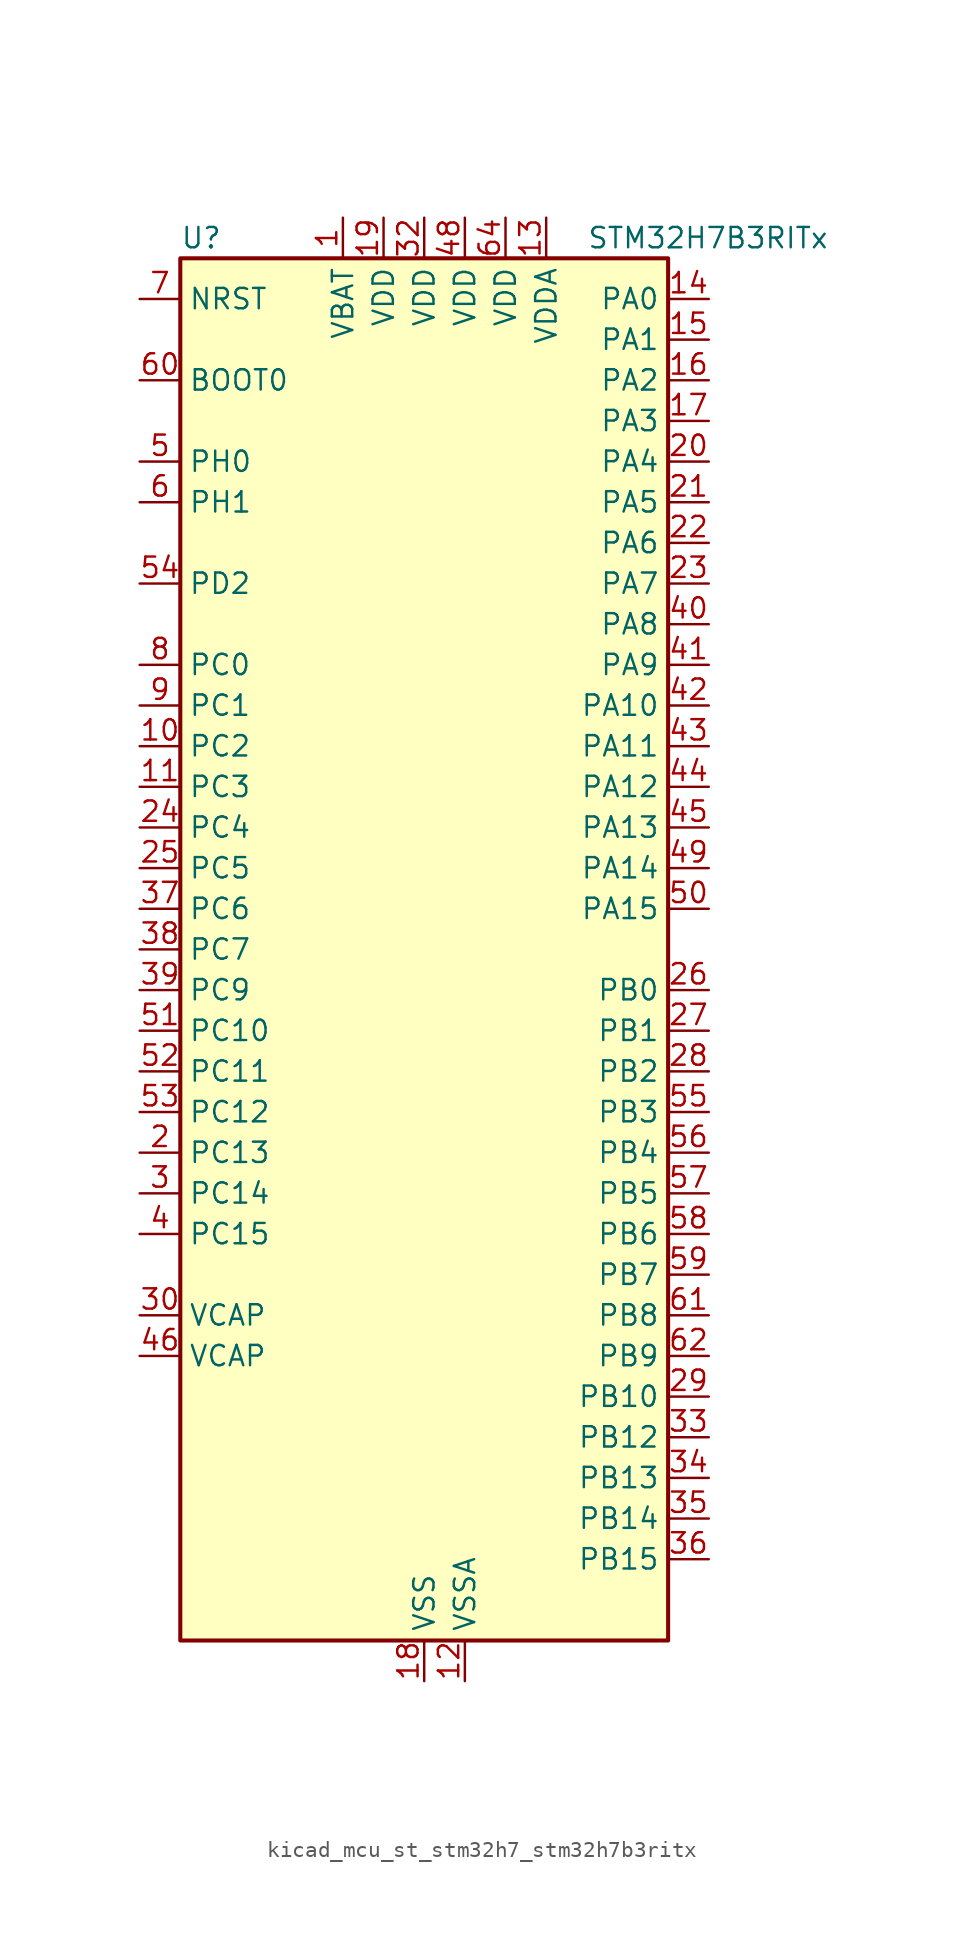
<source format=kicad_sym>
(kicad_symbol_lib
  (version 20220914)
  (generator kicad_symbol_editor)
  (symbol "kicad_mcu_st_stm32h7_stm32h7b3ritx"
    (property "Reference" "U"
      (at -15.24 44.45 0)
      (effects (font (size 1.27 1.27)) (justify left)))
    (property "Value" "STM32H7B3RITx"
      (at 10.16 44.45 0)
      (effects (font (size 1.27 1.27)) (justify left)))
    (property "ki_locked" ""
      (at 0 0 0)
      (effects (font (size 1.27 1.27))))
    (symbol "kicad_mcu_st_stm32h7_stm32h7b3ritx_0_1"
      (rectangle (start -15.24 -43.18) (end 15.24 43.18) (stroke (width 0.254) (type default)) (fill (type background))))
    (symbol "kicad_mcu_st_stm32h7_stm32h7b3ritx_1_1"
      (pin power_in line (at -5.08 45.72 270) (length 2.54) (name "VBAT" (effects (font (size 1.27 1.27)))) (number "1" (effects (font (size 1.27 1.27)))))
      (pin bidirectional line (at -17.78 12.7 0) (length 2.54) (name "PC2" (effects (font (size 1.27 1.27)))) (number "10" (effects (font (size 1.27 1.27)))) (alternate "ADC1_INN11" bidirectional line) (alternate "ADC1_INP12" bidirectional line) (alternate "ADC2_INN11" bidirectional line) (alternate "ADC2_INP12" bidirectional line) (alternate "DFSDM1_CKIN1" bidirectional line) (alternate "DFSDM1_CKOUT" bidirectional line) (alternate "I2S2_SDI" bidirectional line) (alternate "OCTOSPIM_P1_IO2" bidirectional line) (alternate "OCTOSPIM_P1_IO5" bidirectional line) (alternate "PWR_CSTOP" bidirectional line) (alternate "SPI2_MISO" bidirectional line) (alternate "USB_OTG_HS_ULPI_DIR" bidirectional line))
      (pin bidirectional line (at -17.78 10.16 0) (length 2.54) (name "PC3" (effects (font (size 1.27 1.27)))) (number "11" (effects (font (size 1.27 1.27)))) (alternate "ADC1_INN12" bidirectional line) (alternate "ADC1_INP13" bidirectional line) (alternate "ADC2_INN12" bidirectional line) (alternate "ADC2_INP13" bidirectional line) (alternate "DFSDM1_DATIN1" bidirectional line) (alternate "I2S2_SDO" bidirectional line) (alternate "OCTOSPIM_P1_IO0" bidirectional line) (alternate "OCTOSPIM_P1_IO6" bidirectional line) (alternate "PWR_CSLEEP" bidirectional line) (alternate "SPI2_MOSI" bidirectional line) (alternate "USB_OTG_HS_ULPI_NXT" bidirectional line))
      (pin power_in line (at 2.54 -45.72 90) (length 2.54) (name "VSSA" (effects (font (size 1.27 1.27)))) (number "12" (effects (font (size 1.27 1.27)))))
      (pin power_in line (at 7.62 45.72 270) (length 2.54) (name "VDDA" (effects (font (size 1.27 1.27)))) (number "13" (effects (font (size 1.27 1.27)))))
      (pin bidirectional line (at 17.78 40.64 180) (length 2.54) (name "PA0" (effects (font (size 1.27 1.27)))) (number "14" (effects (font (size 1.27 1.27)))) (alternate "ADC1_INP16" bidirectional line) (alternate "I2S6_WS" bidirectional line) (alternate "PWR_WKUP1" bidirectional line) (alternate "SAI2_SD_B" bidirectional line) (alternate "SDMMC2_CMD" bidirectional line) (alternate "SPI6_NSS" bidirectional line) (alternate "TIM15_BKIN" bidirectional line) (alternate "TIM2_CH1" bidirectional line) (alternate "TIM2_ETR" bidirectional line) (alternate "TIM5_CH1" bidirectional line) (alternate "TIM8_ETR" bidirectional line) (alternate "UART4_TX" bidirectional line) (alternate "USART2_CTS" bidirectional line) (alternate "USART2_NSS" bidirectional line))
      (pin bidirectional line (at 17.78 38.1 180) (length 2.54) (name "PA1" (effects (font (size 1.27 1.27)))) (number "15" (effects (font (size 1.27 1.27)))) (alternate "ADC1_INN16" bidirectional line) (alternate "ADC1_INP17" bidirectional line) (alternate "LPTIM3_OUT" bidirectional line) (alternate "LTDC_R2" bidirectional line) (alternate "OCTOSPIM_P1_DQS" bidirectional line) (alternate "OCTOSPIM_P1_IO3" bidirectional line) (alternate "SAI2_MCLK_B" bidirectional line) (alternate "TIM15_CH1N" bidirectional line) (alternate "TIM2_CH2" bidirectional line) (alternate "TIM5_CH2" bidirectional line) (alternate "UART4_RX" bidirectional line) (alternate "USART2_DE" bidirectional line) (alternate "USART2_RTS" bidirectional line))
      (pin bidirectional line (at 17.78 35.56 180) (length 2.54) (name "PA2" (effects (font (size 1.27 1.27)))) (number "16" (effects (font (size 1.27 1.27)))) (alternate "ADC1_INP14" bidirectional line) (alternate "DFSDM2_CKIN1" bidirectional line) (alternate "LTDC_R1" bidirectional line) (alternate "MDIOS_MDIO" bidirectional line) (alternate "PWR_WKUP2" bidirectional line) (alternate "SAI2_SCK_B" bidirectional line) (alternate "TIM15_CH1" bidirectional line) (alternate "TIM2_CH3" bidirectional line) (alternate "TIM5_CH3" bidirectional line) (alternate "USART2_TX" bidirectional line))
      (pin bidirectional line (at 17.78 33.02 180) (length 2.54) (name "PA3" (effects (font (size 1.27 1.27)))) (number "17" (effects (font (size 1.27 1.27)))) (alternate "ADC1_INP15" bidirectional line) (alternate "I2S6_MCK" bidirectional line) (alternate "LTDC_B2" bidirectional line) (alternate "LTDC_B5" bidirectional line) (alternate "OCTOSPIM_P1_CLK" bidirectional line) (alternate "TIM15_CH2" bidirectional line) (alternate "TIM2_CH4" bidirectional line) (alternate "TIM5_CH4" bidirectional line) (alternate "USART2_RX" bidirectional line) (alternate "USB_OTG_HS_ULPI_D0" bidirectional line))
      (pin power_in line (at 0 -45.72 90) (length 2.54) (name "VSS" (effects (font (size 1.27 1.27)))) (number "18" (effects (font (size 1.27 1.27)))))
      (pin power_in line (at -2.54 45.72 270) (length 2.54) (name "VDD" (effects (font (size 1.27 1.27)))) (number "19" (effects (font (size 1.27 1.27)))))
      (pin bidirectional line (at -17.78 -12.7 0) (length 2.54) (name "PC13" (effects (font (size 1.27 1.27)))) (number "2" (effects (font (size 1.27 1.27)))) (alternate "PWR_WKUP4" bidirectional line) (alternate "RTC_OUT_ALARM" bidirectional line) (alternate "RTC_OUT_CALIB" bidirectional line) (alternate "RTC_TAMP1" bidirectional line) (alternate "RTC_TS" bidirectional line))
      (pin bidirectional line (at 17.78 30.48 180) (length 2.54) (name "PA4" (effects (font (size 1.27 1.27)))) (number "20" (effects (font (size 1.27 1.27)))) (alternate "ADC1_INP18" bidirectional line) (alternate "DAC1_OUT1" bidirectional line) (alternate "DCMI_HSYNC" bidirectional line) (alternate "I2S1_WS" bidirectional line) (alternate "I2S3_WS" bidirectional line) (alternate "I2S6_WS" bidirectional line) (alternate "LTDC_VSYNC" bidirectional line) (alternate "PSSI_DE" bidirectional line) (alternate "SPI1_NSS" bidirectional line) (alternate "SPI3_NSS" bidirectional line) (alternate "SPI6_NSS" bidirectional line) (alternate "TIM5_ETR" bidirectional line) (alternate "USART2_CK" bidirectional line))
      (pin bidirectional line (at 17.78 27.94 180) (length 2.54) (name "PA5" (effects (font (size 1.27 1.27)))) (number "21" (effects (font (size 1.27 1.27)))) (alternate "ADC1_INN18" bidirectional line) (alternate "ADC1_INP19" bidirectional line) (alternate "DAC1_OUT2" bidirectional line) (alternate "I2S1_CK" bidirectional line) (alternate "I2S6_CK" bidirectional line) (alternate "LTDC_R4" bidirectional line) (alternate "PSSI_D14" bidirectional line) (alternate "PWR_NDSTOP2" bidirectional line) (alternate "SPI1_SCK" bidirectional line) (alternate "SPI6_SCK" bidirectional line) (alternate "TIM2_CH1" bidirectional line) (alternate "TIM2_ETR" bidirectional line) (alternate "TIM8_CH1N" bidirectional line) (alternate "USB_OTG_HS_ULPI_CK" bidirectional line))
      (pin bidirectional line (at 17.78 25.4 180) (length 2.54) (name "PA6" (effects (font (size 1.27 1.27)))) (number "22" (effects (font (size 1.27 1.27)))) (alternate "ADC1_INP3" bidirectional line) (alternate "ADC2_INP3" bidirectional line) (alternate "DAC2_OUT1" bidirectional line) (alternate "DCMI_PIXCLK" bidirectional line) (alternate "I2S1_SDI" bidirectional line) (alternate "I2S6_SDI" bidirectional line) (alternate "LTDC_G2" bidirectional line) (alternate "MDIOS_MDC" bidirectional line) (alternate "OCTOSPIM_P1_IO3" bidirectional line) (alternate "PSSI_PDCK" bidirectional line) (alternate "SPI1_MISO" bidirectional line) (alternate "SPI6_MISO" bidirectional line) (alternate "TIM13_CH1" bidirectional line) (alternate "TIM1_BKIN" bidirectional line) (alternate "TIM1_BKIN_COMP1" bidirectional line) (alternate "TIM3_CH1" bidirectional line) (alternate "TIM8_BKIN" bidirectional line) (alternate "TIM8_BKIN_COMP1" bidirectional line))
      (pin bidirectional line (at 17.78 22.86 180) (length 2.54) (name "PA7" (effects (font (size 1.27 1.27)))) (number "23" (effects (font (size 1.27 1.27)))) (alternate "ADC1_INN3" bidirectional line) (alternate "ADC1_INP7" bidirectional line) (alternate "ADC2_INN3" bidirectional line) (alternate "ADC2_INP7" bidirectional line) (alternate "DFSDM2_DATIN1" bidirectional line) (alternate "I2S1_SDO" bidirectional line) (alternate "I2S6_SDO" bidirectional line) (alternate "LTDC_VSYNC" bidirectional line) (alternate "OCTOSPIM_P1_IO2" bidirectional line) (alternate "OPAMP1_VINM" bidirectional line) (alternate "SPI1_MOSI" bidirectional line) (alternate "SPI6_MOSI" bidirectional line) (alternate "TIM14_CH1" bidirectional line) (alternate "TIM1_CH1N" bidirectional line) (alternate "TIM3_CH2" bidirectional line) (alternate "TIM8_CH1N" bidirectional line))
      (pin bidirectional line (at -17.78 7.62 0) (length 2.54) (name "PC4" (effects (font (size 1.27 1.27)))) (number "24" (effects (font (size 1.27 1.27)))) (alternate "ADC1_INP4" bidirectional line) (alternate "ADC2_INP4" bidirectional line) (alternate "COMP1_INM" bidirectional line) (alternate "DFSDM1_CKIN2" bidirectional line) (alternate "I2S1_MCK" bidirectional line) (alternate "LTDC_R7" bidirectional line) (alternate "OPAMP1_VOUT" bidirectional line) (alternate "SPDIFRX_IN2" bidirectional line))
      (pin bidirectional line (at -17.78 5.08 0) (length 2.54) (name "PC5" (effects (font (size 1.27 1.27)))) (number "25" (effects (font (size 1.27 1.27)))) (alternate "ADC1_INN4" bidirectional line) (alternate "ADC1_INP8" bidirectional line) (alternate "ADC2_INN4" bidirectional line) (alternate "ADC2_INP8" bidirectional line) (alternate "COMP1_OUT" bidirectional line) (alternate "DFSDM1_DATIN2" bidirectional line) (alternate "LTDC_DE" bidirectional line) (alternate "OCTOSPIM_P1_DQS" bidirectional line) (alternate "OPAMP1_VINM" bidirectional line) (alternate "PSSI_D15" bidirectional line) (alternate "SPDIFRX_IN3" bidirectional line))
      (pin bidirectional line (at 17.78 -2.54 180) (length 2.54) (name "PB0" (effects (font (size 1.27 1.27)))) (number "26" (effects (font (size 1.27 1.27)))) (alternate "ADC1_INN5" bidirectional line) (alternate "ADC1_INP9" bidirectional line) (alternate "ADC2_INN5" bidirectional line) (alternate "ADC2_INP9" bidirectional line) (alternate "COMP1_INP" bidirectional line) (alternate "DFSDM1_CKOUT" bidirectional line) (alternate "DFSDM2_CKOUT" bidirectional line) (alternate "LTDC_G1" bidirectional line) (alternate "LTDC_R3" bidirectional line) (alternate "OCTOSPIM_P1_IO1" bidirectional line) (alternate "OPAMP1_VINP" bidirectional line) (alternate "TIM1_CH2N" bidirectional line) (alternate "TIM3_CH3" bidirectional line) (alternate "TIM8_CH2N" bidirectional line) (alternate "UART4_CTS" bidirectional line) (alternate "USB_OTG_HS_ULPI_D1" bidirectional line))
      (pin bidirectional line (at 17.78 -5.08 180) (length 2.54) (name "PB1" (effects (font (size 1.27 1.27)))) (number "27" (effects (font (size 1.27 1.27)))) (alternate "ADC1_INP5" bidirectional line) (alternate "ADC2_INP5" bidirectional line) (alternate "COMP1_INM" bidirectional line) (alternate "DFSDM1_DATIN1" bidirectional line) (alternate "LTDC_G0" bidirectional line) (alternate "LTDC_R6" bidirectional line) (alternate "OCTOSPIM_P1_IO0" bidirectional line) (alternate "TIM1_CH3N" bidirectional line) (alternate "TIM3_CH4" bidirectional line) (alternate "TIM8_CH3N" bidirectional line) (alternate "USB_OTG_HS_ULPI_D2" bidirectional line))
      (pin bidirectional line (at 17.78 -7.62 180) (length 2.54) (name "PB2" (effects (font (size 1.27 1.27)))) (number "28" (effects (font (size 1.27 1.27)))) (alternate "COMP1_INP" bidirectional line) (alternate "DFSDM1_CKIN1" bidirectional line) (alternate "I2S3_SDO" bidirectional line) (alternate "OCTOSPIM_P1_CLK" bidirectional line) (alternate "OCTOSPIM_P1_DQS" bidirectional line) (alternate "RTC_OUT_ALARM" bidirectional line) (alternate "RTC_OUT_CALIB" bidirectional line) (alternate "SPI3_MOSI" bidirectional line))
      (pin bidirectional line (at 17.78 -27.94 180) (length 2.54) (name "PB10" (effects (font (size 1.27 1.27)))) (number "29" (effects (font (size 1.27 1.27)))) (alternate "DFSDM1_DATIN7" bidirectional line) (alternate "I2S2_CK" bidirectional line) (alternate "LPTIM2_IN1" bidirectional line) (alternate "LTDC_G4" bidirectional line) (alternate "OCTOSPIM_P1_NCS" bidirectional line) (alternate "SPI2_SCK" bidirectional line) (alternate "TIM2_CH3" bidirectional line) (alternate "USART3_TX" bidirectional line) (alternate "USB_OTG_HS_ULPI_D3" bidirectional line))
      (pin bidirectional line (at -17.78 -15.24 0) (length 2.54) (name "PC14" (effects (font (size 1.27 1.27)))) (number "3" (effects (font (size 1.27 1.27)))) (alternate "RCC_OSC32_IN" bidirectional line))
      (pin power_out line (at -17.78 -22.86 0) (length 2.54) (name "VCAP" (effects (font (size 1.27 1.27)))) (number "30" (effects (font (size 1.27 1.27)))))
      (pin passive line (at 0 -45.72 90) (length 2.54) hide (name "VSS" (effects (font (size 1.27 1.27)))) (number "31" (effects (font (size 1.27 1.27)))))
      (pin power_in line (at 0 45.72 270) (length 2.54) (name "VDD" (effects (font (size 1.27 1.27)))) (number "32" (effects (font (size 1.27 1.27)))))
      (pin bidirectional line (at 17.78 -30.48 180) (length 2.54) (name "PB12" (effects (font (size 1.27 1.27)))) (number "33" (effects (font (size 1.27 1.27)))) (alternate "DFSDM1_DATIN1" bidirectional line) (alternate "DFSDM2_DATIN1" bidirectional line) (alternate "FDCAN2_RX" bidirectional line) (alternate "I2S2_WS" bidirectional line) (alternate "OCTOSPIM_P1_NCLK" bidirectional line) (alternate "SPI2_NSS" bidirectional line) (alternate "TIM1_BKIN" bidirectional line) (alternate "TIM1_BKIN_COMP1" bidirectional line) (alternate "UART5_RX" bidirectional line) (alternate "USART3_CK" bidirectional line) (alternate "USB_OTG_HS_ULPI_D5" bidirectional line))
      (pin bidirectional line (at 17.78 -33.02 180) (length 2.54) (name "PB13" (effects (font (size 1.27 1.27)))) (number "34" (effects (font (size 1.27 1.27)))) (alternate "DCMI_D2" bidirectional line) (alternate "DFSDM1_CKIN1" bidirectional line) (alternate "DFSDM2_CKIN1" bidirectional line) (alternate "FDCAN2_TX" bidirectional line) (alternate "I2S2_CK" bidirectional line) (alternate "LPTIM2_OUT" bidirectional line) (alternate "PSSI_D2" bidirectional line) (alternate "SDMMC1_D0" bidirectional line) (alternate "SPI2_SCK" bidirectional line) (alternate "TIM1_CH1N" bidirectional line) (alternate "UART5_TX" bidirectional line) (alternate "USART3_CTS" bidirectional line) (alternate "USART3_NSS" bidirectional line) (alternate "USB_OTG_HS_ULPI_D6" bidirectional line))
      (pin bidirectional line (at 17.78 -35.56 180) (length 2.54) (name "PB14" (effects (font (size 1.27 1.27)))) (number "35" (effects (font (size 1.27 1.27)))) (alternate "DFSDM1_DATIN2" bidirectional line) (alternate "I2S2_SDI" bidirectional line) (alternate "LTDC_CLK" bidirectional line) (alternate "SDMMC2_D0" bidirectional line) (alternate "SPI2_MISO" bidirectional line) (alternate "TIM12_CH1" bidirectional line) (alternate "TIM1_CH2N" bidirectional line) (alternate "TIM8_CH2N" bidirectional line) (alternate "UART4_DE" bidirectional line) (alternate "UART4_RTS" bidirectional line) (alternate "USART1_TX" bidirectional line) (alternate "USART3_DE" bidirectional line) (alternate "USART3_RTS" bidirectional line))
      (pin bidirectional line (at 17.78 -38.1 180) (length 2.54) (name "PB15" (effects (font (size 1.27 1.27)))) (number "36" (effects (font (size 1.27 1.27)))) (alternate "ADC1_EXTI15" bidirectional line) (alternate "ADC2_EXTI15" bidirectional line) (alternate "DFSDM1_CKIN2" bidirectional line) (alternate "I2S2_SDO" bidirectional line) (alternate "LTDC_G7" bidirectional line) (alternate "RTC_REFIN" bidirectional line) (alternate "SDMMC2_D1" bidirectional line) (alternate "SPI2_MOSI" bidirectional line) (alternate "TIM12_CH2" bidirectional line) (alternate "TIM1_CH3N" bidirectional line) (alternate "TIM8_CH3N" bidirectional line) (alternate "UART4_CTS" bidirectional line) (alternate "USART1_RX" bidirectional line))
      (pin bidirectional line (at -17.78 2.54 0) (length 2.54) (name "PC6" (effects (font (size 1.27 1.27)))) (number "37" (effects (font (size 1.27 1.27)))) (alternate "DCMI_D0" bidirectional line) (alternate "DFSDM1_CKIN3" bidirectional line) (alternate "I2S2_MCK" bidirectional line) (alternate "LTDC_HSYNC" bidirectional line) (alternate "PSSI_D0" bidirectional line) (alternate "SDMMC1_D0DIR" bidirectional line) (alternate "SDMMC1_D6" bidirectional line) (alternate "SDMMC2_D6" bidirectional line) (alternate "SWPMI1_IO" bidirectional line) (alternate "TIM3_CH1" bidirectional line) (alternate "TIM8_CH1" bidirectional line) (alternate "USART6_TX" bidirectional line))
      (pin bidirectional line (at -17.78 0 0) (length 2.54) (name "PC7" (effects (font (size 1.27 1.27)))) (number "38" (effects (font (size 1.27 1.27)))) (alternate "DCMI_D1" bidirectional line) (alternate "DEBUG_TRGIO" bidirectional line) (alternate "DFSDM1_DATIN3" bidirectional line) (alternate "I2S3_MCK" bidirectional line) (alternate "LTDC_G6" bidirectional line) (alternate "PSSI_D1" bidirectional line) (alternate "SDMMC1_D123DIR" bidirectional line) (alternate "SDMMC1_D7" bidirectional line) (alternate "SDMMC2_D7" bidirectional line) (alternate "SWPMI1_TX" bidirectional line) (alternate "TIM3_CH2" bidirectional line) (alternate "TIM8_CH2" bidirectional line) (alternate "USART6_RX" bidirectional line))
      (pin bidirectional line (at -17.78 -2.54 0) (length 2.54) (name "PC9" (effects (font (size 1.27 1.27)))) (number "39" (effects (font (size 1.27 1.27)))) (alternate "DAC1_EXTI9" bidirectional line) (alternate "DCMI_D3" bidirectional line) (alternate "I2C3_SDA" bidirectional line) (alternate "I2S_CKIN" bidirectional line) (alternate "LTDC_B2" bidirectional line) (alternate "LTDC_G3" bidirectional line) (alternate "OCTOSPIM_P1_IO0" bidirectional line) (alternate "PSSI_D3" bidirectional line) (alternate "RCC_MCO_2" bidirectional line) (alternate "SDMMC1_D1" bidirectional line) (alternate "SWPMI1_SUSPEND" bidirectional line) (alternate "TIM3_CH4" bidirectional line) (alternate "TIM8_CH4" bidirectional line) (alternate "UART5_CTS" bidirectional line))
      (pin bidirectional line (at -17.78 -17.78 0) (length 2.54) (name "PC15" (effects (font (size 1.27 1.27)))) (number "4" (effects (font (size 1.27 1.27)))) (alternate "ADC1_EXTI15" bidirectional line) (alternate "ADC2_EXTI15" bidirectional line) (alternate "RCC_OSC32_OUT" bidirectional line))
      (pin bidirectional line (at 17.78 20.32 180) (length 2.54) (name "PA8" (effects (font (size 1.27 1.27)))) (number "40" (effects (font (size 1.27 1.27)))) (alternate "I2C3_SCL" bidirectional line) (alternate "LTDC_B3" bidirectional line) (alternate "LTDC_R6" bidirectional line) (alternate "RCC_MCO_1" bidirectional line) (alternate "TIM1_CH1" bidirectional line) (alternate "TIM8_BKIN2" bidirectional line) (alternate "TIM8_BKIN2_COMP1" bidirectional line) (alternate "UART7_RX" bidirectional line) (alternate "USART1_CK" bidirectional line) (alternate "USB_OTG_HS_SOF" bidirectional line))
      (pin bidirectional line (at 17.78 17.78 180) (length 2.54) (name "PA9" (effects (font (size 1.27 1.27)))) (number "41" (effects (font (size 1.27 1.27)))) (alternate "DAC1_EXTI9" bidirectional line) (alternate "DCMI_D0" bidirectional line) (alternate "I2C3_SMBA" bidirectional line) (alternate "I2S2_CK" bidirectional line) (alternate "LPUART1_TX" bidirectional line) (alternate "LTDC_R5" bidirectional line) (alternate "PSSI_D0" bidirectional line) (alternate "SPI2_SCK" bidirectional line) (alternate "TIM1_CH2" bidirectional line) (alternate "USART1_TX" bidirectional line) (alternate "USB_OTG_HS_VBUS" bidirectional line))
      (pin bidirectional line (at 17.78 15.24 180) (length 2.54) (name "PA10" (effects (font (size 1.27 1.27)))) (number "42" (effects (font (size 1.27 1.27)))) (alternate "DCMI_D1" bidirectional line) (alternate "LPUART1_RX" bidirectional line) (alternate "LTDC_B1" bidirectional line) (alternate "LTDC_B4" bidirectional line) (alternate "MDIOS_MDIO" bidirectional line) (alternate "PSSI_D1" bidirectional line) (alternate "TIM1_CH3" bidirectional line) (alternate "USART1_RX" bidirectional line) (alternate "USB_OTG_HS_ID" bidirectional line))
      (pin bidirectional line (at 17.78 12.7 180) (length 2.54) (name "PA11" (effects (font (size 1.27 1.27)))) (number "43" (effects (font (size 1.27 1.27)))) (alternate "ADC1_EXTI11" bidirectional line) (alternate "ADC2_EXTI11" bidirectional line) (alternate "FDCAN1_RX" bidirectional line) (alternate "I2S2_WS" bidirectional line) (alternate "LPUART1_CTS" bidirectional line) (alternate "LTDC_R4" bidirectional line) (alternate "SPI2_NSS" bidirectional line) (alternate "TIM1_CH4" bidirectional line) (alternate "UART4_RX" bidirectional line) (alternate "USART1_CTS" bidirectional line) (alternate "USART1_NSS" bidirectional line) (alternate "USB_OTG_HS_DM" bidirectional line))
      (pin bidirectional line (at 17.78 10.16 180) (length 2.54) (name "PA12" (effects (font (size 1.27 1.27)))) (number "44" (effects (font (size 1.27 1.27)))) (alternate "FDCAN1_TX" bidirectional line) (alternate "I2S2_CK" bidirectional line) (alternate "LPUART1_DE" bidirectional line) (alternate "LPUART1_RTS" bidirectional line) (alternate "LTDC_R5" bidirectional line) (alternate "SAI2_FS_B" bidirectional line) (alternate "SPI2_SCK" bidirectional line) (alternate "TIM1_ETR" bidirectional line) (alternate "UART4_TX" bidirectional line) (alternate "USART1_DE" bidirectional line) (alternate "USART1_RTS" bidirectional line) (alternate "USB_OTG_HS_DP" bidirectional line))
      (pin bidirectional line (at 17.78 7.62 180) (length 2.54) (name "PA13" (effects (font (size 1.27 1.27)))) (number "45" (effects (font (size 1.27 1.27)))) (alternate "DEBUG_JTMS-SWDIO" bidirectional line))
      (pin power_out line (at -17.78 -25.4 0) (length 2.54) (name "VCAP" (effects (font (size 1.27 1.27)))) (number "46" (effects (font (size 1.27 1.27)))))
      (pin passive line (at 0 -45.72 90) (length 2.54) hide (name "VSS" (effects (font (size 1.27 1.27)))) (number "47" (effects (font (size 1.27 1.27)))))
      (pin power_in line (at 2.54 45.72 270) (length 2.54) (name "VDD" (effects (font (size 1.27 1.27)))) (number "48" (effects (font (size 1.27 1.27)))))
      (pin bidirectional line (at 17.78 5.08 180) (length 2.54) (name "PA14" (effects (font (size 1.27 1.27)))) (number "49" (effects (font (size 1.27 1.27)))) (alternate "DEBUG_JTCK-SWCLK" bidirectional line))
      (pin bidirectional line (at -17.78 30.48 0) (length 2.54) (name "PH0" (effects (font (size 1.27 1.27)))) (number "5" (effects (font (size 1.27 1.27)))) (alternate "RCC_OSC_IN" bidirectional line))
      (pin bidirectional line (at 17.78 2.54 180) (length 2.54) (name "PA15" (effects (font (size 1.27 1.27)))) (number "50" (effects (font (size 1.27 1.27)))) (alternate "ADC1_EXTI15" bidirectional line) (alternate "ADC2_EXTI15" bidirectional line) (alternate "CEC" bidirectional line) (alternate "DEBUG_JTDI" bidirectional line) (alternate "I2S1_WS" bidirectional line) (alternate "I2S3_WS" bidirectional line) (alternate "I2S6_WS" bidirectional line) (alternate "LTDC_B6" bidirectional line) (alternate "LTDC_R3" bidirectional line) (alternate "SPI1_NSS" bidirectional line) (alternate "SPI3_NSS" bidirectional line) (alternate "SPI6_NSS" bidirectional line) (alternate "TIM2_CH1" bidirectional line) (alternate "TIM2_ETR" bidirectional line) (alternate "UART4_DE" bidirectional line) (alternate "UART4_RTS" bidirectional line) (alternate "UART7_TX" bidirectional line))
      (pin bidirectional line (at -17.78 -5.08 0) (length 2.54) (name "PC10" (effects (font (size 1.27 1.27)))) (number "51" (effects (font (size 1.27 1.27)))) (alternate "DCMI_D8" bidirectional line) (alternate "DFSDM1_CKIN5" bidirectional line) (alternate "DFSDM2_CKIN0" bidirectional line) (alternate "I2S3_CK" bidirectional line) (alternate "LTDC_B1" bidirectional line) (alternate "LTDC_R2" bidirectional line) (alternate "OCTOSPIM_P1_IO1" bidirectional line) (alternate "PSSI_D8" bidirectional line) (alternate "SDMMC1_D2" bidirectional line) (alternate "SPI3_SCK" bidirectional line) (alternate "SWPMI1_RX" bidirectional line) (alternate "UART4_TX" bidirectional line) (alternate "USART3_TX" bidirectional line))
      (pin bidirectional line (at -17.78 -7.62 0) (length 2.54) (name "PC11" (effects (font (size 1.27 1.27)))) (number "52" (effects (font (size 1.27 1.27)))) (alternate "ADC1_EXTI11" bidirectional line) (alternate "ADC2_EXTI11" bidirectional line) (alternate "DCMI_D4" bidirectional line) (alternate "DFSDM1_DATIN5" bidirectional line) (alternate "DFSDM2_DATIN0" bidirectional line) (alternate "I2S3_SDI" bidirectional line) (alternate "LTDC_B4" bidirectional line) (alternate "OCTOSPIM_P1_NCS" bidirectional line) (alternate "PSSI_D4" bidirectional line) (alternate "SDMMC1_D3" bidirectional line) (alternate "SPI3_MISO" bidirectional line) (alternate "UART4_RX" bidirectional line) (alternate "USART3_RX" bidirectional line))
      (pin bidirectional line (at -17.78 -10.16 0) (length 2.54) (name "PC12" (effects (font (size 1.27 1.27)))) (number "53" (effects (font (size 1.27 1.27)))) (alternate "DCMI_D9" bidirectional line) (alternate "DEBUG_TRACED3" bidirectional line) (alternate "DFSDM2_CKOUT" bidirectional line) (alternate "I2S3_SDO" bidirectional line) (alternate "I2S6_CK" bidirectional line) (alternate "LTDC_R6" bidirectional line) (alternate "PSSI_D9" bidirectional line) (alternate "SDMMC1_CK" bidirectional line) (alternate "SPI3_MOSI" bidirectional line) (alternate "SPI6_SCK" bidirectional line) (alternate "TIM15_CH1" bidirectional line) (alternate "UART5_TX" bidirectional line) (alternate "USART3_CK" bidirectional line))
      (pin bidirectional line (at -17.78 22.86 0) (length 2.54) (name "PD2" (effects (font (size 1.27 1.27)))) (number "54" (effects (font (size 1.27 1.27)))) (alternate "DCMI_D11" bidirectional line) (alternate "DEBUG_TRACED2" bidirectional line) (alternate "LTDC_B2" bidirectional line) (alternate "LTDC_B7" bidirectional line) (alternate "PSSI_D11" bidirectional line) (alternate "SDMMC1_CMD" bidirectional line) (alternate "TIM15_BKIN" bidirectional line) (alternate "TIM3_ETR" bidirectional line) (alternate "UART5_RX" bidirectional line))
      (pin bidirectional line (at 17.78 -10.16 180) (length 2.54) (name "PB3" (effects (font (size 1.27 1.27)))) (number "55" (effects (font (size 1.27 1.27)))) (alternate "CRS_SYNC" bidirectional line) (alternate "DEBUG_JTDO-SWO" bidirectional line) (alternate "I2S1_CK" bidirectional line) (alternate "I2S3_CK" bidirectional line) (alternate "I2S6_CK" bidirectional line) (alternate "SDMMC2_D2" bidirectional line) (alternate "SPI1_SCK" bidirectional line) (alternate "SPI3_SCK" bidirectional line) (alternate "SPI6_SCK" bidirectional line) (alternate "TIM2_CH2" bidirectional line) (alternate "UART7_RX" bidirectional line))
      (pin bidirectional line (at 17.78 -12.7 180) (length 2.54) (name "PB4" (effects (font (size 1.27 1.27)))) (number "56" (effects (font (size 1.27 1.27)))) (alternate "DEBUG_JTRST" bidirectional line) (alternate "I2S1_SDI" bidirectional line) (alternate "I2S2_WS" bidirectional line) (alternate "I2S3_SDI" bidirectional line) (alternate "I2S6_SDI" bidirectional line) (alternate "SDMMC2_D3" bidirectional line) (alternate "SPI1_MISO" bidirectional line) (alternate "SPI2_NSS" bidirectional line) (alternate "SPI3_MISO" bidirectional line) (alternate "SPI6_MISO" bidirectional line) (alternate "TIM16_BKIN" bidirectional line) (alternate "TIM3_CH1" bidirectional line) (alternate "UART7_TX" bidirectional line))
      (pin bidirectional line (at 17.78 -15.24 180) (length 2.54) (name "PB5" (effects (font (size 1.27 1.27)))) (number "57" (effects (font (size 1.27 1.27)))) (alternate "DCMI_D10" bidirectional line) (alternate "FDCAN2_RX" bidirectional line) (alternate "I2C1_SMBA" bidirectional line) (alternate "I2C4_SMBA" bidirectional line) (alternate "I2S1_SDO" bidirectional line) (alternate "I2S3_SDO" bidirectional line) (alternate "I2S6_SDO" bidirectional line) (alternate "LTDC_B5" bidirectional line) (alternate "PSSI_D10" bidirectional line) (alternate "SPI1_MOSI" bidirectional line) (alternate "SPI3_MOSI" bidirectional line) (alternate "SPI6_MOSI" bidirectional line) (alternate "TIM17_BKIN" bidirectional line) (alternate "TIM3_CH2" bidirectional line) (alternate "UART5_RX" bidirectional line) (alternate "USB_OTG_HS_ULPI_D7" bidirectional line))
      (pin bidirectional line (at 17.78 -17.78 180) (length 2.54) (name "PB6" (effects (font (size 1.27 1.27)))) (number "58" (effects (font (size 1.27 1.27)))) (alternate "CEC" bidirectional line) (alternate "DCMI_D5" bidirectional line) (alternate "DFSDM1_DATIN5" bidirectional line) (alternate "FDCAN2_TX" bidirectional line) (alternate "I2C1_SCL" bidirectional line) (alternate "I2C4_SCL" bidirectional line) (alternate "LPUART1_TX" bidirectional line) (alternate "OCTOSPIM_P1_NCS" bidirectional line) (alternate "PSSI_D5" bidirectional line) (alternate "TIM16_CH1N" bidirectional line) (alternate "TIM4_CH1" bidirectional line) (alternate "UART5_TX" bidirectional line) (alternate "USART1_TX" bidirectional line))
      (pin bidirectional line (at 17.78 -20.32 180) (length 2.54) (name "PB7" (effects (font (size 1.27 1.27)))) (number "59" (effects (font (size 1.27 1.27)))) (alternate "DCMI_VSYNC" bidirectional line) (alternate "DFSDM1_CKIN5" bidirectional line) (alternate "I2C1_SDA" bidirectional line) (alternate "I2C4_SDA" bidirectional line) (alternate "LPUART1_RX" bidirectional line) (alternate "PSSI_RDY" bidirectional line) (alternate "PWR_PVD_IN" bidirectional line) (alternate "TIM17_CH1N" bidirectional line) (alternate "TIM4_CH2" bidirectional line) (alternate "USART1_RX" bidirectional line))
      (pin bidirectional line (at -17.78 27.94 0) (length 2.54) (name "PH1" (effects (font (size 1.27 1.27)))) (number "6" (effects (font (size 1.27 1.27)))) (alternate "RCC_OSC_OUT" bidirectional line))
      (pin input line (at -17.78 35.56 0) (length 2.54) (name "BOOT0" (effects (font (size 1.27 1.27)))) (number "60" (effects (font (size 1.27 1.27)))))
      (pin bidirectional line (at 17.78 -22.86 180) (length 2.54) (name "PB8" (effects (font (size 1.27 1.27)))) (number "61" (effects (font (size 1.27 1.27)))) (alternate "DCMI_D6" bidirectional line) (alternate "DFSDM1_CKIN7" bidirectional line) (alternate "FDCAN1_RX" bidirectional line) (alternate "I2C1_SCL" bidirectional line) (alternate "I2C4_SCL" bidirectional line) (alternate "LTDC_B6" bidirectional line) (alternate "PSSI_D6" bidirectional line) (alternate "SDMMC1_CKIN" bidirectional line) (alternate "SDMMC1_D4" bidirectional line) (alternate "SDMMC2_D4" bidirectional line) (alternate "TIM16_CH1" bidirectional line) (alternate "TIM4_CH3" bidirectional line) (alternate "UART4_RX" bidirectional line))
      (pin bidirectional line (at 17.78 -25.4 180) (length 2.54) (name "PB9" (effects (font (size 1.27 1.27)))) (number "62" (effects (font (size 1.27 1.27)))) (alternate "DAC1_EXTI9" bidirectional line) (alternate "DCMI_D7" bidirectional line) (alternate "DFSDM1_DATIN7" bidirectional line) (alternate "FDCAN1_TX" bidirectional line) (alternate "I2C1_SDA" bidirectional line) (alternate "I2C4_SDA" bidirectional line) (alternate "I2C4_SMBA" bidirectional line) (alternate "I2S2_WS" bidirectional line) (alternate "LTDC_B7" bidirectional line) (alternate "PSSI_D7" bidirectional line) (alternate "SDMMC1_CDIR" bidirectional line) (alternate "SDMMC1_D5" bidirectional line) (alternate "SDMMC2_D5" bidirectional line) (alternate "SPI2_NSS" bidirectional line) (alternate "TIM17_CH1" bidirectional line) (alternate "TIM4_CH4" bidirectional line) (alternate "UART4_TX" bidirectional line))
      (pin passive line (at 0 -45.72 90) (length 2.54) hide (name "VSS" (effects (font (size 1.27 1.27)))) (number "63" (effects (font (size 1.27 1.27)))))
      (pin power_in line (at 5.08 45.72 270) (length 2.54) (name "VDD" (effects (font (size 1.27 1.27)))) (number "64" (effects (font (size 1.27 1.27)))))
      (pin input line (at -17.78 40.64 0) (length 2.54) (name "NRST" (effects (font (size 1.27 1.27)))) (number "7" (effects (font (size 1.27 1.27)))))
      (pin bidirectional line (at -17.78 17.78 0) (length 2.54) (name "PC0" (effects (font (size 1.27 1.27)))) (number "8" (effects (font (size 1.27 1.27)))) (alternate "ADC1_INP10" bidirectional line) (alternate "ADC2_INP10" bidirectional line) (alternate "DFSDM1_CKIN0" bidirectional line) (alternate "DFSDM1_DATIN4" bidirectional line) (alternate "LTDC_G2" bidirectional line) (alternate "LTDC_R5" bidirectional line) (alternate "SAI2_FS_B" bidirectional line) (alternate "USB_OTG_HS_ULPI_STP" bidirectional line))
      (pin bidirectional line (at -17.78 15.24 0) (length 2.54) (name "PC1" (effects (font (size 1.27 1.27)))) (number "9" (effects (font (size 1.27 1.27)))) (alternate "ADC1_INN10" bidirectional line) (alternate "ADC1_INP11" bidirectional line) (alternate "ADC2_INN10" bidirectional line) (alternate "ADC2_INP11" bidirectional line) (alternate "DEBUG_TRACED0" bidirectional line) (alternate "DFSDM1_CKIN4" bidirectional line) (alternate "DFSDM1_DATIN0" bidirectional line) (alternate "I2S2_SDO" bidirectional line) (alternate "LTDC_G5" bidirectional line) (alternate "MDIOS_MDC" bidirectional line) (alternate "OCTOSPIM_P1_IO4" bidirectional line) (alternate "PWR_WKUP6" bidirectional line) (alternate "RTC_TAMP3" bidirectional line) (alternate "SDMMC2_CK" bidirectional line) (alternate "SPI2_MOSI" bidirectional line)))))
</source>
